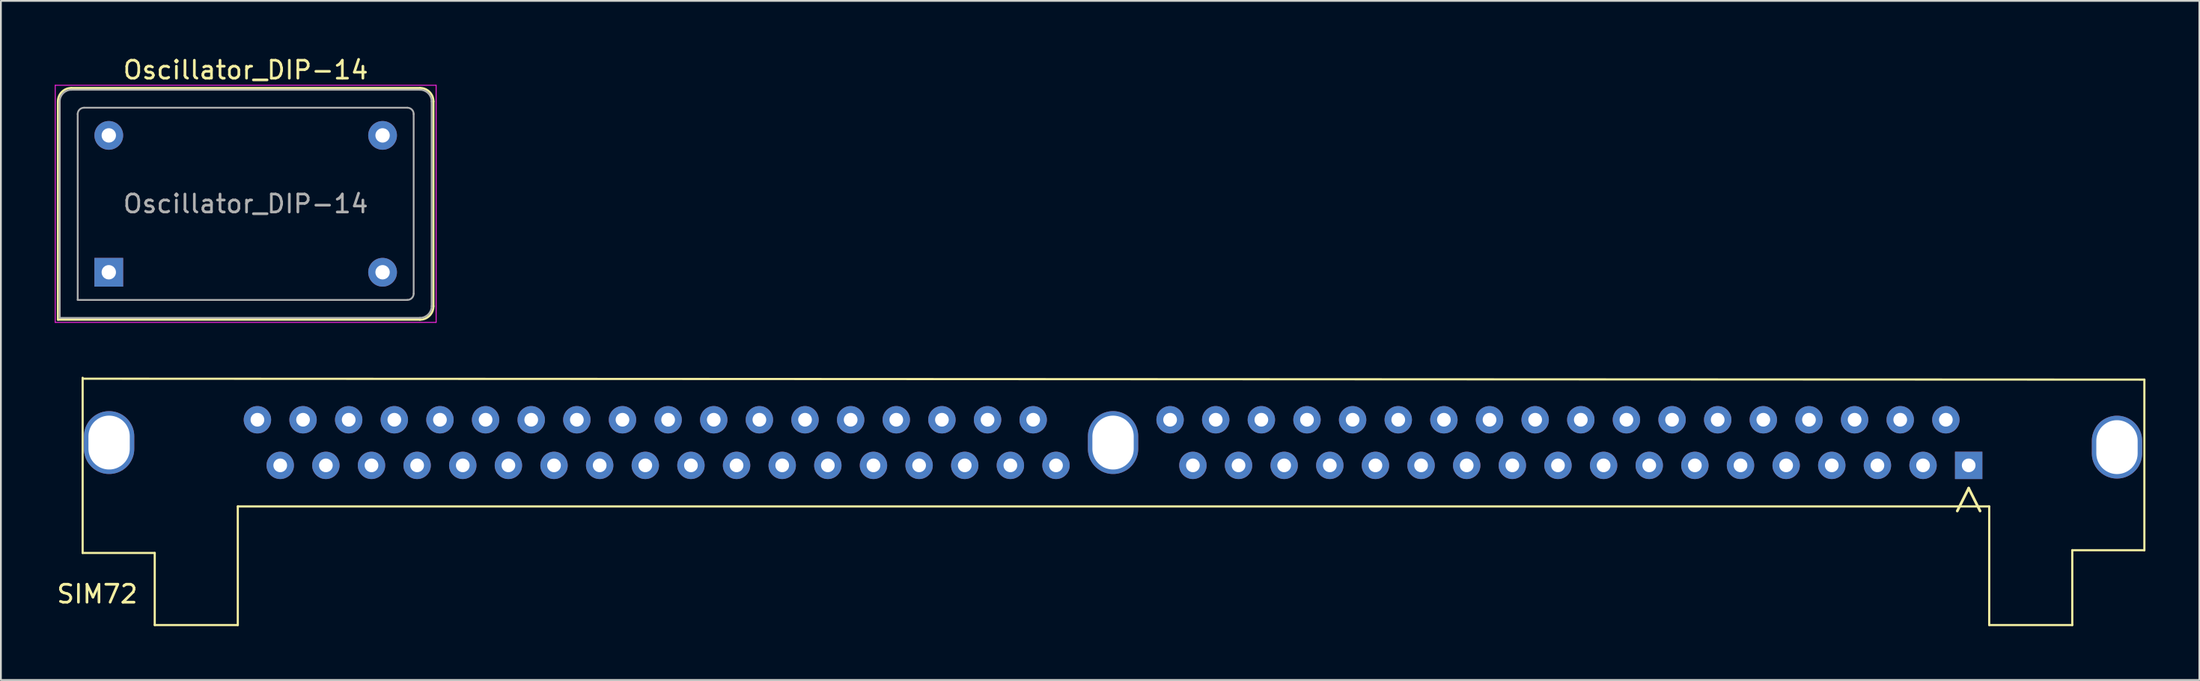
<source format=kicad_pcb>
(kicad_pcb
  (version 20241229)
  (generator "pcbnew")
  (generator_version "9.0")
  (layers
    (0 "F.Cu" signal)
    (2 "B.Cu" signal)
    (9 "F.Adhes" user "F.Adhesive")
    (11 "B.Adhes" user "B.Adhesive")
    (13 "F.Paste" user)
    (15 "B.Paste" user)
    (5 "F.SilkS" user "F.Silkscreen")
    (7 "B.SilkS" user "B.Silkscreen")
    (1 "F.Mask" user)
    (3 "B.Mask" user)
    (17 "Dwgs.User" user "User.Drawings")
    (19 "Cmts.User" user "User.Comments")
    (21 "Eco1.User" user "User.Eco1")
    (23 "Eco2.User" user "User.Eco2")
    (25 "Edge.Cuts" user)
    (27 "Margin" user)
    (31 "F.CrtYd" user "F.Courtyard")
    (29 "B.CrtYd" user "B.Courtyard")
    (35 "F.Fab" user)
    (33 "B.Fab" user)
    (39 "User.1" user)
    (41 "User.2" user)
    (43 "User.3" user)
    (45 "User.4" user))
  (footprint "Oscillator_DIP-14"
    (layer "F.Cu")
    (at 3.005 12.108)
    (property "Reference" "Oscillator_DIP-14" (at 7.62 -11.26 0) (layer "F.SilkS") (effects (font (size 1 1) (thickness 0.15))))
    (attr through_hole)
    (fp_line (start -2.83 -9.51) (end -2.83 2.64) (stroke (width 0.12) (type solid)) (layer "F.SilkS"))
    (fp_line (start -2.83 2.64) (end 17.32 2.64) (stroke (width 0.12) (type solid)) (layer "F.SilkS"))
    (fp_line (start 17.32 -10.26) (end -2.08 -10.26) (stroke (width 0.12) (type solid)) (layer "F.SilkS"))
    (fp_line (start 18.07 1.89) (end 18.07 -9.51) (stroke (width 0.12) (type solid)) (layer "F.SilkS"))
    (fp_arc (start -2.83 -9.51) (mid -2.61033 -10.04033) (end -2.08 -10.26) (stroke (width 0.12) (type solid)) (layer "F.SilkS"))
    (fp_arc (start 17.32 -10.26) (mid 17.85033 -10.04033) (end 18.07 -9.51) (stroke (width 0.12) (type solid)) (layer "F.SilkS"))
    (fp_arc (start 18.07 1.89) (mid 17.85033 2.42033) (end 17.32 2.64) (stroke (width 0.12) (type solid)) (layer "F.SilkS"))
    (fp_line (start -2.98 -10.41) (end -2.98 2.79) (stroke (width 0.05) (type solid)) (layer "F.CrtYd"))
    (fp_line (start -2.98 2.79) (end 18.22 2.79) (stroke (width 0.05) (type solid)) (layer "F.CrtYd"))
    (fp_line (start 18.22 -10.41) (end -2.98 -10.41) (stroke (width 0.05) (type solid)) (layer "F.CrtYd"))
    (fp_line (start 18.22 2.79) (end 18.22 -10.41) (stroke (width 0.05) (type solid)) (layer "F.CrtYd"))
    (fp_line (start -2.73 2.54) (end -2.73 -9.51) (stroke (width 0.1) (type solid)) (layer "F.Fab"))
    (fp_line (start -2.73 2.54) (end 17.32 2.54) (stroke (width 0.1) (type solid)) (layer "F.Fab"))
    (fp_line (start -2.08 -10.16) (end 17.32 -10.16) (stroke (width 0.1) (type solid)) (layer "F.Fab"))
    (fp_line (start -1.73 1.54) (end -1.73 -8.81) (stroke (width 0.1) (type solid)) (layer "F.Fab"))
    (fp_line (start -1.73 1.54) (end 16.62 1.54) (stroke (width 0.1) (type solid)) (layer "F.Fab"))
    (fp_line (start -1.38 -9.16) (end 16.62 -9.16) (stroke (width 0.1) (type solid)) (layer "F.Fab"))
    (fp_line (start 16.97 1.19) (end 16.97 -8.81) (stroke (width 0.1) (type solid)) (layer "F.Fab"))
    (fp_line (start 17.97 -9.51) (end 17.97 1.89) (stroke (width 0.1) (type solid)) (layer "F.Fab"))
    (fp_arc (start -2.73 -9.51) (mid -2.539619 -9.969619) (end -2.08 -10.16) (stroke (width 0.1) (type solid)) (layer "F.Fab"))
    (fp_arc (start -1.73 -8.81) (mid -1.627487 -9.057487) (end -1.38 -9.16) (stroke (width 0.1) (type solid)) (layer "F.Fab"))
    (fp_arc (start 16.62 -9.16) (mid 16.867487 -9.057487) (end 16.97 -8.81) (stroke (width 0.1) (type solid)) (layer "F.Fab"))
    (fp_arc (start 16.97 1.19) (mid 16.867487 1.437487) (end 16.62 1.54) (stroke (width 0.1) (type solid)) (layer "F.Fab"))
    (fp_arc (start 17.32 -10.16) (mid 17.779619 -9.969619) (end 17.97 -9.51) (stroke (width 0.1) (type solid)) (layer "F.Fab"))
    (fp_arc (start 17.97 1.89) (mid 17.779619 2.349619) (end 17.32 2.54) (stroke (width 0.1) (type solid)) (layer "F.Fab"))
    (fp_text user "${REFERENCE}" (at 7.62 -3.81 0) (layer "F.Fab") (effects (font (size 1 1) (thickness 0.15))))
    (pad "1" thru_hole rect (at 0 0) (size 1.6 1.6) (drill 0.8) (layers "*.Cu" "*.Mask"))
    (pad "7" thru_hole circle (at 15.24 0) (size 1.6 1.6) (drill 0.8) (layers "*.Cu" "*.Mask"))
    (pad "8" thru_hole circle (at 15.24 -7.62) (size 1.6 1.6) (drill 0.8) (layers "*.Cu" "*.Mask"))
    (pad "14" thru_hole circle (at 0 -7.62) (size 1.6 1.6) (drill 0.8) (layers "*.Cu" "*.Mask")))
  (footprint "SIM72"
    (layer "F.Cu")
    (at 58.903 21.59)
    (property "Reference" "SIM72" (at -56.54 8.433 180) (layer "F.SilkS") (effects (font (size 1 1) (thickness 0.15))))
    (attr through_hole)
    (fp_line (start -57.353 -3.607) (end -57.353 6.147) (stroke (width 0.12) (type solid)) (layer "F.SilkS"))
    (fp_line (start -57.353 6.147) (end -53.34 6.147) (stroke (width 0.12) (type solid)) (layer "F.SilkS"))
    (fp_line (start -53.34 6.147) (end -53.34 10.16) (stroke (width 0.12) (type solid)) (layer "F.SilkS"))
    (fp_line (start -53.34 10.16) (end -48.717 10.16) (stroke (width 0.12) (type solid)) (layer "F.SilkS"))
    (fp_line (start -48.717 3.556) (end 48.768 3.556) (stroke (width 0.12) (type solid)) (layer "F.SilkS"))
    (fp_line (start -48.717 10.16) (end -48.717 3.556) (stroke (width 0.12) (type solid)) (layer "F.SilkS"))
    (fp_line (start 46.99 3.81) (end 47.625 2.54) (stroke (width 0.15) (type solid)) (layer "F.SilkS"))
    (fp_line (start 47.625 2.54) (end 48.26 3.81) (stroke (width 0.15) (type solid)) (layer "F.SilkS"))
    (fp_line (start 48.768 3.556) (end 48.768 10.16) (stroke (width 0.12) (type solid)) (layer "F.SilkS"))
    (fp_line (start 48.768 10.16) (end 53.391 10.16) (stroke (width 0.12) (type solid)) (layer "F.SilkS"))
    (fp_line (start 53.391 5.994) (end 57.404 5.994) (stroke (width 0.12) (type solid)) (layer "F.SilkS"))
    (fp_line (start 53.391 10.16) (end 53.391 5.994) (stroke (width 0.12) (type solid)) (layer "F.SilkS"))
    (fp_line (start 57.404 -3.505) (end -57.353 -3.556) (stroke (width 0.12) (type solid)) (layer "F.SilkS"))
    (fp_line (start 57.404 5.994) (end 57.404 -3.505) (stroke (width 0.12) (type solid)) (layer "F.SilkS"))
    (pad "0" thru_hole oval (at -55.88 0) (size 2.8 3.5) (drill oval 2.3 3) (layers "*.Cu" "*.Mask"))
    (pad "0" thru_hole oval (at 0 0) (size 2.8 3.5) (drill oval 2.3 3) (layers "*.Cu" "*.Mask"))
    (pad "0" thru_hole oval (at 55.88 0.254) (size 2.8 3.5) (drill oval 2.3 3) (layers "*.Cu" "*.Mask"))
    (pad "1" thru_hole rect (at 47.625 1.27) (size 1.524 1.524) (drill 0.762) (layers "*.Cu" "*.Mask"))
    (pad "2" thru_hole circle (at 46.355 -1.27) (size 1.524 1.524) (drill 0.762) (layers "*.Cu" "*.Mask"))
    (pad "3" thru_hole circle (at 45.085 1.27) (size 1.524 1.524) (drill 0.762) (layers "*.Cu" "*.Mask"))
    (pad "4" thru_hole circle (at 43.815 -1.27) (size 1.524 1.524) (drill 0.762) (layers "*.Cu" "*.Mask"))
    (pad "5" thru_hole circle (at 42.545 1.27) (size 1.524 1.524) (drill 0.762) (layers "*.Cu" "*.Mask"))
    (pad "6" thru_hole circle (at 41.275 -1.27) (size 1.524 1.524) (drill 0.762) (layers "*.Cu" "*.Mask"))
    (pad "7" thru_hole circle (at 40.005 1.27) (size 1.524 1.524) (drill 0.762) (layers "*.Cu" "*.Mask"))
    (pad "8" thru_hole circle (at 38.735 -1.27) (size 1.524 1.524) (drill 0.762) (layers "*.Cu" "*.Mask"))
    (pad "9" thru_hole circle (at 37.465 1.27) (size 1.524 1.524) (drill 0.762) (layers "*.Cu" "*.Mask"))
    (pad "10" thru_hole circle (at 36.195 -1.27) (size 1.524 1.524) (drill 0.762) (layers "*.Cu" "*.Mask"))
    (pad "11" thru_hole circle (at 34.925 1.27) (size 1.524 1.524) (drill 0.762) (layers "*.Cu" "*.Mask"))
    (pad "12" thru_hole circle (at 33.655 -1.27) (size 1.524 1.524) (drill 0.762) (layers "*.Cu" "*.Mask"))
    (pad "13" thru_hole circle (at 32.385 1.27) (size 1.524 1.524) (drill 0.762) (layers "*.Cu" "*.Mask"))
    (pad "14" thru_hole circle (at 31.115 -1.27) (size 1.524 1.524) (drill 0.762) (layers "*.Cu" "*.Mask"))
    (pad "15" thru_hole circle (at 29.845 1.27) (size 1.524 1.524) (drill 0.762) (layers "*.Cu" "*.Mask"))
    (pad "16" thru_hole circle (at 28.575 -1.27) (size 1.524 1.524) (drill 0.762) (layers "*.Cu" "*.Mask"))
    (pad "17" thru_hole circle (at 27.305 1.27) (size 1.524 1.524) (drill 0.762) (layers "*.Cu" "*.Mask"))
    (pad "18" thru_hole circle (at 26.035 -1.27) (size 1.524 1.524) (drill 0.762) (layers "*.Cu" "*.Mask"))
    (pad "19" thru_hole circle (at 24.765 1.27) (size 1.524 1.524) (drill 0.762) (layers "*.Cu" "*.Mask"))
    (pad "20" thru_hole circle (at 23.495 -1.27) (size 1.524 1.524) (drill 0.762) (layers "*.Cu" "*.Mask"))
    (pad "21" thru_hole circle (at 22.225 1.27) (size 1.524 1.524) (drill 0.762) (layers "*.Cu" "*.Mask"))
    (pad "22" thru_hole circle (at 20.955 -1.27) (size 1.524 1.524) (drill 0.762) (layers "*.Cu" "*.Mask"))
    (pad "23" thru_hole circle (at 19.685 1.27) (size 1.524 1.524) (drill 0.762) (layers "*.Cu" "*.Mask"))
    (pad "24" thru_hole circle (at 18.415 -1.27) (size 1.524 1.524) (drill 0.762) (layers "*.Cu" "*.Mask"))
    (pad "25" thru_hole circle (at 17.145 1.27) (size 1.524 1.524) (drill 0.762) (layers "*.Cu" "*.Mask"))
    (pad "26" thru_hole circle (at 15.875 -1.27) (size 1.524 1.524) (drill 0.762) (layers "*.Cu" "*.Mask"))
    (pad "27" thru_hole circle (at 14.605 1.27) (size 1.524 1.524) (drill 0.762) (layers "*.Cu" "*.Mask"))
    (pad "28" thru_hole circle (at 13.335 -1.27) (size 1.524 1.524) (drill 0.762) (layers "*.Cu" "*.Mask"))
    (pad "29" thru_hole circle (at 12.065 1.27) (size 1.524 1.524) (drill 0.762) (layers "*.Cu" "*.Mask"))
    (pad "30" thru_hole circle (at 10.795 -1.27) (size 1.524 1.524) (drill 0.762) (layers "*.Cu" "*.Mask"))
    (pad "31" thru_hole circle (at 9.525 1.27) (size 1.524 1.524) (drill 0.762) (layers "*.Cu" "*.Mask"))
    (pad "32" thru_hole circle (at 8.255 -1.27) (size 1.524 1.524) (drill 0.762) (layers "*.Cu" "*.Mask"))
    (pad "33" thru_hole circle (at 6.985 1.27) (size 1.524 1.524) (drill 0.762) (layers "*.Cu" "*.Mask"))
    (pad "34" thru_hole circle (at 5.715 -1.27) (size 1.524 1.524) (drill 0.762) (layers "*.Cu" "*.Mask"))
    (pad "35" thru_hole circle (at 4.445 1.27) (size 1.524 1.524) (drill 0.762) (layers "*.Cu" "*.Mask"))
    (pad "36" thru_hole circle (at 3.175 -1.27) (size 1.524 1.524) (drill 0.762) (layers "*.Cu" "*.Mask"))
    (pad "37" thru_hole circle (at -3.175 1.27) (size 1.524 1.524) (drill 0.762) (layers "*.Cu" "*.Mask"))
    (pad "38" thru_hole circle (at -4.445 -1.27) (size 1.524 1.524) (drill 0.762) (layers "*.Cu" "*.Mask"))
    (pad "39" thru_hole circle (at -5.715 1.27) (size 1.524 1.524) (drill 0.762) (layers "*.Cu" "*.Mask"))
    (pad "40" thru_hole circle (at -6.985 -1.27) (size 1.524 1.524) (drill 0.762) (layers "*.Cu" "*.Mask"))
    (pad "41" thru_hole circle (at -8.255 1.27) (size 1.524 1.524) (drill 0.762) (layers "*.Cu" "*.Mask"))
    (pad "42" thru_hole circle (at -9.525 -1.27) (size 1.524 1.524) (drill 0.762) (layers "*.Cu" "*.Mask"))
    (pad "43" thru_hole circle (at -10.795 1.27) (size 1.524 1.524) (drill 0.762) (layers "*.Cu" "*.Mask"))
    (pad "44" thru_hole circle (at -12.065 -1.27) (size 1.524 1.524) (drill 0.762) (layers "*.Cu" "*.Mask"))
    (pad "45" thru_hole circle (at -13.335 1.27) (size 1.524 1.524) (drill 0.762) (layers "*.Cu" "*.Mask"))
    (pad "46" thru_hole circle (at -14.605 -1.27) (size 1.524 1.524) (drill 0.762) (layers "*.Cu" "*.Mask"))
    (pad "47" thru_hole circle (at -15.875 1.27) (size 1.524 1.524) (drill 0.762) (layers "*.Cu" "*.Mask"))
    (pad "48" thru_hole circle (at -17.145 -1.27) (size 1.524 1.524) (drill 0.762) (layers "*.Cu" "*.Mask"))
    (pad "49" thru_hole circle (at -18.415 1.27) (size 1.524 1.524) (drill 0.762) (layers "*.Cu" "*.Mask"))
    (pad "50" thru_hole circle (at -19.685 -1.27) (size 1.524 1.524) (drill 0.762) (layers "*.Cu" "*.Mask"))
    (pad "51" thru_hole circle (at -20.955 1.27) (size 1.524 1.524) (drill 0.762) (layers "*.Cu" "*.Mask"))
    (pad "52" thru_hole circle (at -22.225 -1.27) (size 1.524 1.524) (drill 0.762) (layers "*.Cu" "*.Mask"))
    (pad "53" thru_hole circle (at -23.495 1.27) (size 1.524 1.524) (drill 0.762) (layers "*.Cu" "*.Mask"))
    (pad "54" thru_hole circle (at -24.765 -1.27) (size 1.524 1.524) (drill 0.762) (layers "*.Cu" "*.Mask"))
    (pad "55" thru_hole circle (at -26.035 1.27) (size 1.524 1.524) (drill 0.762) (layers "*.Cu" "*.Mask"))
    (pad "56" thru_hole circle (at -27.305 -1.27) (size 1.524 1.524) (drill 0.762) (layers "*.Cu" "*.Mask"))
    (pad "57" thru_hole circle (at -28.575 1.27) (size 1.524 1.524) (drill 0.762) (layers "*.Cu" "*.Mask"))
    (pad "58" thru_hole circle (at -29.845 -1.27) (size 1.524 1.524) (drill 0.762) (layers "*.Cu" "*.Mask"))
    (pad "59" thru_hole circle (at -31.115 1.27) (size 1.524 1.524) (drill 0.762) (layers "*.Cu" "*.Mask"))
    (pad "60" thru_hole circle (at -32.385 -1.27) (size 1.524 1.524) (drill 0.762) (layers "*.Cu" "*.Mask"))
    (pad "61" thru_hole circle (at -33.655 1.27) (size 1.524 1.524) (drill 0.762) (layers "*.Cu" "*.Mask"))
    (pad "62" thru_hole circle (at -34.925 -1.27) (size 1.524 1.524) (drill 0.762) (layers "*.Cu" "*.Mask"))
    (pad "63" thru_hole circle (at -36.195 1.27) (size 1.524 1.524) (drill 0.762) (layers "*.Cu" "*.Mask"))
    (pad "64" thru_hole circle (at -37.465 -1.27) (size 1.524 1.524) (drill 0.762) (layers "*.Cu" "*.Mask"))
    (pad "65" thru_hole circle (at -38.735 1.27) (size 1.524 1.524) (drill 0.762) (layers "*.Cu" "*.Mask"))
    (pad "66" thru_hole circle (at -40.005 -1.27) (size 1.524 1.524) (drill 0.762) (layers "*.Cu" "*.Mask"))
    (pad "67" thru_hole circle (at -41.275 1.27) (size 1.524 1.524) (drill 0.762) (layers "*.Cu" "*.Mask"))
    (pad "68" thru_hole circle (at -42.545 -1.27) (size 1.524 1.524) (drill 0.762) (layers "*.Cu" "*.Mask"))
    (pad "69" thru_hole circle (at -43.815 1.27) (size 1.524 1.524) (drill 0.762) (layers "*.Cu" "*.Mask"))
    (pad "70" thru_hole circle (at -45.085 -1.27) (size 1.524 1.524) (drill 0.762) (layers "*.Cu" "*.Mask"))
    (pad "71" thru_hole circle (at -46.355 1.27) (size 1.524 1.524) (drill 0.762) (layers "*.Cu" "*.Mask"))
    (pad "72" thru_hole circle (at -47.625 -1.27) (size 1.524 1.524) (drill 0.762) (layers "*.Cu" "*.Mask")))
  (gr_rect
    (start -3 -3)
    (end 119.367 34.81)
    (stroke (width 0.1) (type default))
    (fill no)
    (layer "Edge.Cuts")))
</source>
